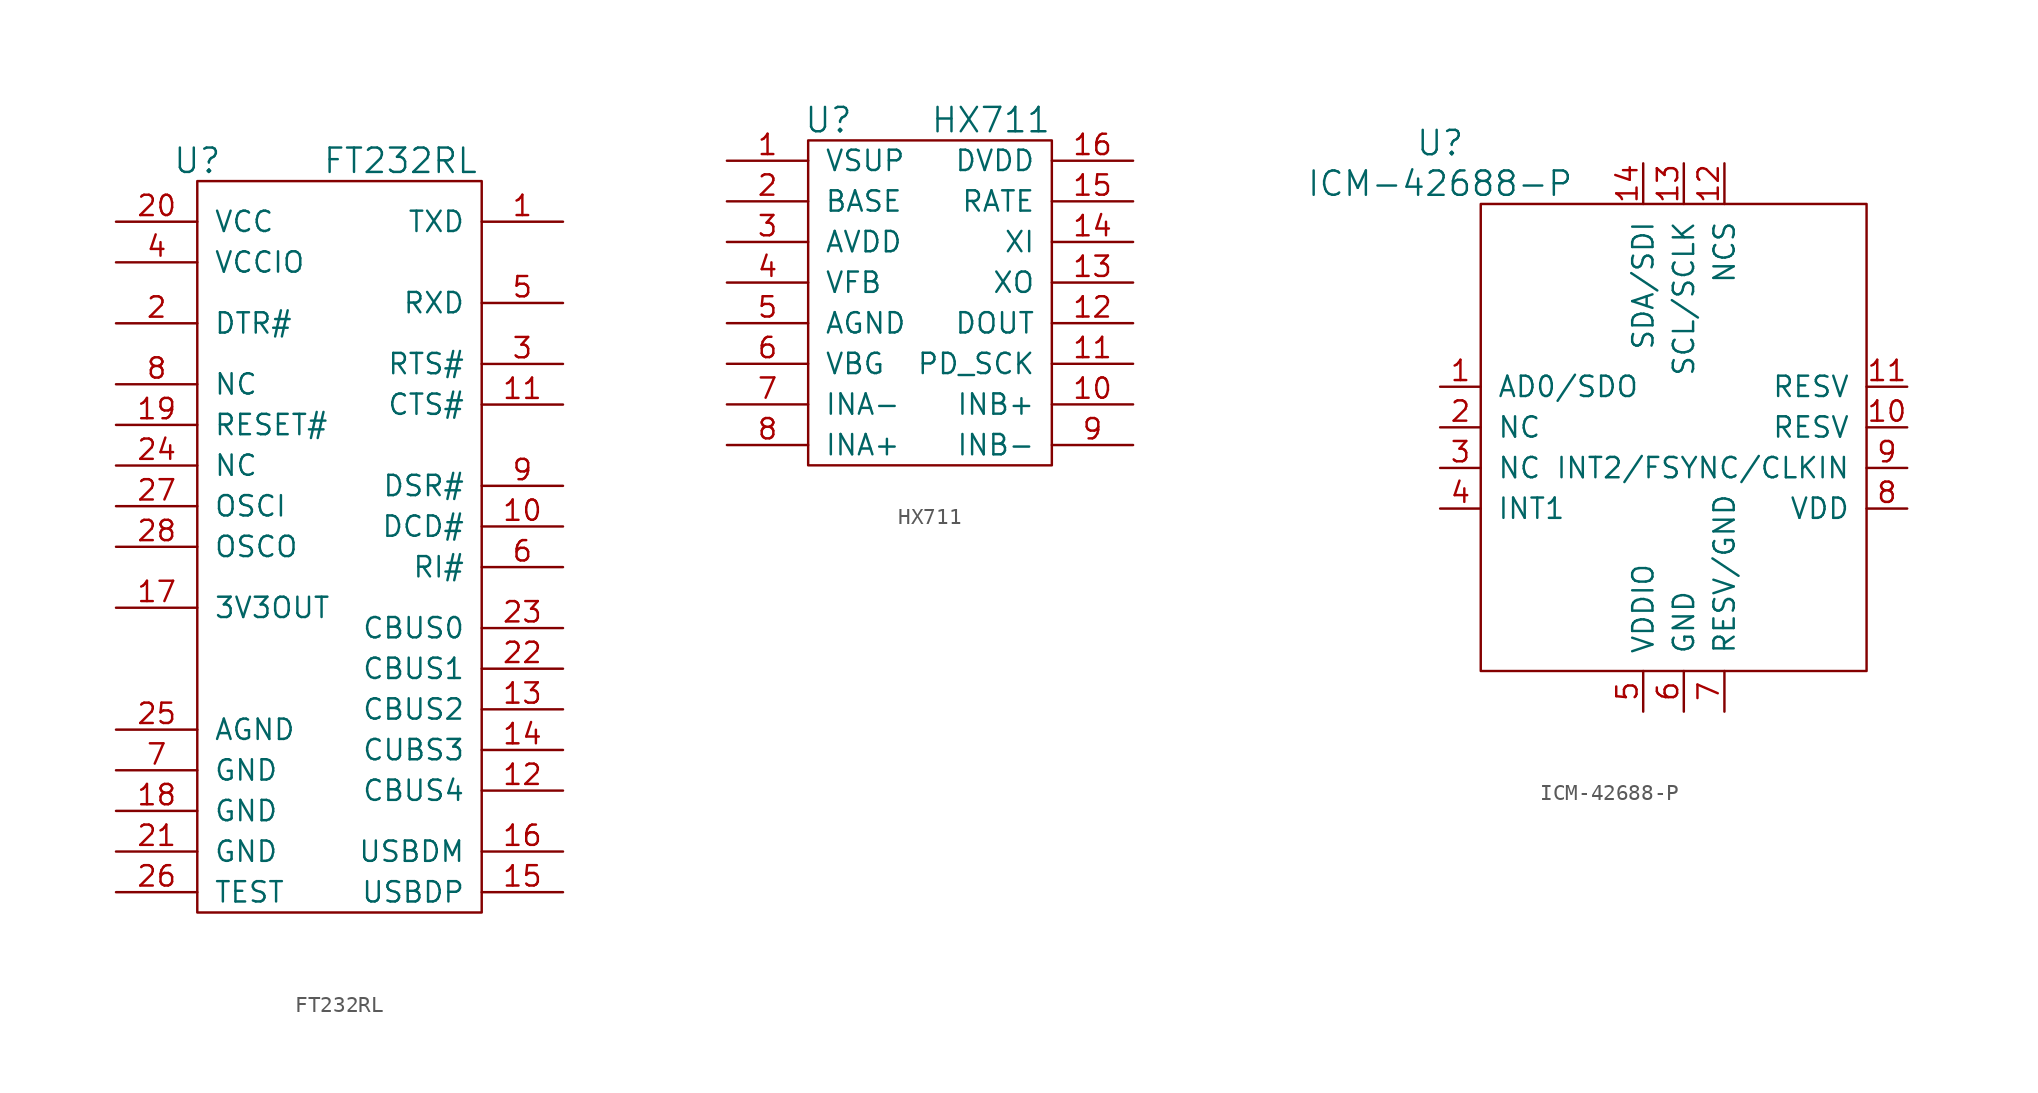
<source format=kicad_sym>
(kicad_symbol_lib
  (version 20220914)
  (generator kicad_symbol_editor)
  (symbol "FT232RL"
    (pin_names
      (offset 1.016))
    (property "Reference" "U"
      (at -8.89 24.13 0)
      (effects (font (size 1.524 1.524))))
    (property "Value" "FT232RL"
      (at 3.81 24.13 0)
      (effects (font (size 1.524 1.524))))
    (property "Footprint" ""
      (at 0 0 0)
      (effects (font (size 1.524 1.524))))
    (property "Datasheet" ""
      (at 0 0 0)
      (effects (font (size 1.524 1.524))))
    (symbol "FT232RL_0_1"
      (rectangle (start -8.89 22.86) (end 8.89 -22.86) (stroke (width 0) (type default)) (fill (type none))))
    (symbol "FT232RL_1_1"
      (pin bidirectional line (at 13.97 20.32 180) (length 5.08) (name "TXD" (effects (font (size 1.27 1.27)))) (number "1" (effects (font (size 1.27 1.27)))))
      (pin bidirectional line (at 13.97 1.27 180) (length 5.08) (name "DCD#" (effects (font (size 1.27 1.27)))) (number "10" (effects (font (size 1.27 1.27)))))
      (pin bidirectional line (at 13.97 8.89 180) (length 5.08) (name "CTS#" (effects (font (size 1.27 1.27)))) (number "11" (effects (font (size 1.27 1.27)))))
      (pin bidirectional line (at 13.97 -15.24 180) (length 5.08) (name "CBUS4" (effects (font (size 1.27 1.27)))) (number "12" (effects (font (size 1.27 1.27)))))
      (pin bidirectional line (at 13.97 -10.16 180) (length 5.08) (name "CBUS2" (effects (font (size 1.27 1.27)))) (number "13" (effects (font (size 1.27 1.27)))))
      (pin bidirectional line (at 13.97 -12.7 180) (length 5.08) (name "CUBS3" (effects (font (size 1.27 1.27)))) (number "14" (effects (font (size 1.27 1.27)))))
      (pin bidirectional line (at 13.97 -21.59 180) (length 5.08) (name "USBDP" (effects (font (size 1.27 1.27)))) (number "15" (effects (font (size 1.27 1.27)))))
      (pin bidirectional line (at 13.97 -19.05 180) (length 5.08) (name "USBDM" (effects (font (size 1.27 1.27)))) (number "16" (effects (font (size 1.27 1.27)))))
      (pin bidirectional line (at -13.97 -3.81 0) (length 5.08) (name "3V3OUT" (effects (font (size 1.27 1.27)))) (number "17" (effects (font (size 1.27 1.27)))))
      (pin bidirectional line (at -13.97 -16.51 0) (length 5.08) (name "GND" (effects (font (size 1.27 1.27)))) (number "18" (effects (font (size 1.27 1.27)))))
      (pin bidirectional line (at -13.97 7.62 0) (length 5.08) (name "RESET#" (effects (font (size 1.27 1.27)))) (number "19" (effects (font (size 1.27 1.27)))))
      (pin bidirectional line (at -13.97 13.97 0) (length 5.08) (name "DTR#" (effects (font (size 1.27 1.27)))) (number "2" (effects (font (size 1.27 1.27)))))
      (pin bidirectional line (at -13.97 20.32 0) (length 5.08) (name "VCC" (effects (font (size 1.27 1.27)))) (number "20" (effects (font (size 1.27 1.27)))))
      (pin bidirectional line (at -13.97 -19.05 0) (length 5.08) (name "GND" (effects (font (size 1.27 1.27)))) (number "21" (effects (font (size 1.27 1.27)))))
      (pin bidirectional line (at 13.97 -7.62 180) (length 5.08) (name "CBUS1" (effects (font (size 1.27 1.27)))) (number "22" (effects (font (size 1.27 1.27)))))
      (pin bidirectional line (at 13.97 -5.08 180) (length 5.08) (name "CBUS0" (effects (font (size 1.27 1.27)))) (number "23" (effects (font (size 1.27 1.27)))))
      (pin bidirectional line (at -13.97 5.08 0) (length 5.08) (name "NC" (effects (font (size 1.27 1.27)))) (number "24" (effects (font (size 1.27 1.27)))))
      (pin bidirectional line (at -13.97 -11.43 0) (length 5.08) (name "AGND" (effects (font (size 1.27 1.27)))) (number "25" (effects (font (size 1.27 1.27)))))
      (pin bidirectional line (at -13.97 -21.59 0) (length 5.08) (name "TEST" (effects (font (size 1.27 1.27)))) (number "26" (effects (font (size 1.27 1.27)))))
      (pin bidirectional line (at -13.97 2.54 0) (length 5.08) (name "OSCI" (effects (font (size 1.27 1.27)))) (number "27" (effects (font (size 1.27 1.27)))))
      (pin bidirectional line (at -13.97 0 0) (length 5.08) (name "OSCO" (effects (font (size 1.27 1.27)))) (number "28" (effects (font (size 1.27 1.27)))))
      (pin bidirectional line (at 13.97 11.43 180) (length 5.08) (name "RTS#" (effects (font (size 1.27 1.27)))) (number "3" (effects (font (size 1.27 1.27)))))
      (pin bidirectional line (at -13.97 17.78 0) (length 5.08) (name "VCCIO" (effects (font (size 1.27 1.27)))) (number "4" (effects (font (size 1.27 1.27)))))
      (pin bidirectional line (at 13.97 15.24 180) (length 5.08) (name "RXD" (effects (font (size 1.27 1.27)))) (number "5" (effects (font (size 1.27 1.27)))))
      (pin bidirectional line (at 13.97 -1.27 180) (length 5.08) (name "RI#" (effects (font (size 1.27 1.27)))) (number "6" (effects (font (size 1.27 1.27)))))
      (pin bidirectional line (at -13.97 -13.97 0) (length 5.08) (name "GND" (effects (font (size 1.27 1.27)))) (number "7" (effects (font (size 1.27 1.27)))))
      (pin bidirectional line (at -13.97 10.16 0) (length 5.08) (name "NC" (effects (font (size 1.27 1.27)))) (number "8" (effects (font (size 1.27 1.27)))))
      (pin bidirectional line (at 13.97 3.81 180) (length 5.08) (name "DSR#" (effects (font (size 1.27 1.27)))) (number "9" (effects (font (size 1.27 1.27)))))))
  (symbol "HX711"
    (pin_names
      (offset 1.016))
    (property "Reference" "U"
      (at -6.35 11.43 0)
      (effects (font (size 1.524 1.524))))
    (property "Value" "HX711"
      (at 3.81 11.43 0)
      (effects (font (size 1.524 1.524))))
    (symbol "HX711_0_1"
      (rectangle (start -7.62 10.16) (end 7.62 -10.16) (stroke (width 0) (type default)) (fill (type none))))
    (symbol "HX711_1_1"
      (pin bidirectional line (at -12.7 8.89 0) (length 5.08) (name "VSUP" (effects (font (size 1.27 1.27)))) (number "1" (effects (font (size 1.27 1.27)))))
      (pin bidirectional line (at 12.7 -6.35 180) (length 5.08) (name "INB+" (effects (font (size 1.27 1.27)))) (number "10" (effects (font (size 1.27 1.27)))))
      (pin bidirectional line (at 12.7 -3.81 180) (length 5.08) (name "PD_SCK" (effects (font (size 1.27 1.27)))) (number "11" (effects (font (size 1.27 1.27)))))
      (pin bidirectional line (at 12.7 -1.27 180) (length 5.08) (name "DOUT" (effects (font (size 1.27 1.27)))) (number "12" (effects (font (size 1.27 1.27)))))
      (pin bidirectional line (at 12.7 1.27 180) (length 5.08) (name "XO" (effects (font (size 1.27 1.27)))) (number "13" (effects (font (size 1.27 1.27)))))
      (pin bidirectional line (at 12.7 3.81 180) (length 5.08) (name "XI" (effects (font (size 1.27 1.27)))) (number "14" (effects (font (size 1.27 1.27)))))
      (pin bidirectional line (at 12.7 6.35 180) (length 5.08) (name "RATE" (effects (font (size 1.27 1.27)))) (number "15" (effects (font (size 1.27 1.27)))))
      (pin bidirectional line (at 12.7 8.89 180) (length 5.08) (name "DVDD" (effects (font (size 1.27 1.27)))) (number "16" (effects (font (size 1.27 1.27)))))
      (pin bidirectional line (at -12.7 6.35 0) (length 5.08) (name "BASE" (effects (font (size 1.27 1.27)))) (number "2" (effects (font (size 1.27 1.27)))))
      (pin bidirectional line (at -12.7 3.81 0) (length 5.08) (name "AVDD" (effects (font (size 1.27 1.27)))) (number "3" (effects (font (size 1.27 1.27)))))
      (pin bidirectional line (at -12.7 1.27 0) (length 5.08) (name "VFB" (effects (font (size 1.27 1.27)))) (number "4" (effects (font (size 1.27 1.27)))))
      (pin bidirectional line (at -12.7 -1.27 0) (length 5.08) (name "AGND" (effects (font (size 1.27 1.27)))) (number "5" (effects (font (size 1.27 1.27)))))
      (pin bidirectional line (at -12.7 -3.81 0) (length 5.08) (name "VBG" (effects (font (size 1.27 1.27)))) (number "6" (effects (font (size 1.27 1.27)))))
      (pin bidirectional line (at -12.7 -6.35 0) (length 5.08) (name "INA-" (effects (font (size 1.27 1.27)))) (number "7" (effects (font (size 1.27 1.27)))))
      (pin bidirectional line (at -12.7 -8.89 0) (length 5.08) (name "INA+" (effects (font (size 1.27 1.27)))) (number "8" (effects (font (size 1.27 1.27)))))
      (pin bidirectional line (at 12.7 -8.89 180) (length 5.08) (name "INB-" (effects (font (size 1.27 1.27)))) (number "9" (effects (font (size 1.27 1.27)))))))
  (symbol "ICM-42688-P"
    (pin_names
      (offset 1.016))
    (property "Reference" "U"
      (at -2.54 3.81 0)
      (effects (font (size 1.524 1.524))))
    (property "Value" "ICM-42688-P"
      (at -2.54 1.27 0)
      (effects (font (size 1.524 1.524))))
    (symbol "ICM-42688-P_0_1"
      (rectangle (start 0 0) (end 24.13 -29.21) (stroke (width 0) (type default)) (fill (type none))))
    (symbol "ICM-42688-P_1_1"
      (pin bidirectional line (at -2.54 -11.43 0) (length 2.54) (name "AD0/SDO" (effects (font (size 1.27 1.27)))) (number "1" (effects (font (size 1.27 1.27)))))
      (pin input line (at 26.67 -13.97 180) (length 2.54) (name "RESV" (effects (font (size 1.27 1.27)))) (number "10" (effects (font (size 1.27 1.27)))))
      (pin passive line (at 26.67 -11.43 180) (length 2.54) (name "RESV" (effects (font (size 1.27 1.27)))) (number "11" (effects (font (size 1.27 1.27)))))
      (pin input line (at 15.24 2.54 270) (length 2.54) (name "NCS" (effects (font (size 1.27 1.27)))) (number "12" (effects (font (size 1.27 1.27)))))
      (pin input line (at 12.7 2.54 270) (length 2.54) (name "SCL/SCLK" (effects (font (size 1.27 1.27)))) (number "13" (effects (font (size 1.27 1.27)))))
      (pin input line (at 10.16 2.54 270) (length 2.54) (name "SDA/SDI" (effects (font (size 1.27 1.27)))) (number "14" (effects (font (size 1.27 1.27)))))
      (pin passive line (at -2.54 -13.97 0) (length 2.54) (name "NC" (effects (font (size 1.27 1.27)))) (number "2" (effects (font (size 1.27 1.27)))))
      (pin passive line (at -2.54 -16.51 0) (length 2.54) (name "NC" (effects (font (size 1.27 1.27)))) (number "3" (effects (font (size 1.27 1.27)))))
      (pin output line (at -2.54 -19.05 0) (length 2.54) (name "INT1" (effects (font (size 1.27 1.27)))) (number "4" (effects (font (size 1.27 1.27)))))
      (pin power_in line (at 10.16 -31.75 90) (length 2.54) (name "VDDIO" (effects (font (size 1.27 1.27)))) (number "5" (effects (font (size 1.27 1.27)))))
      (pin power_in line (at 12.7 -31.75 90) (length 2.54) (name "GND" (effects (font (size 1.27 1.27)))) (number "6" (effects (font (size 1.27 1.27)))))
      (pin passive line (at 15.24 -31.75 90) (length 2.54) (name "RESV/GND" (effects (font (size 1.27 1.27)))) (number "7" (effects (font (size 1.27 1.27)))))
      (pin power_in line (at 26.67 -19.05 180) (length 2.54) (name "VDD" (effects (font (size 1.27 1.27)))) (number "8" (effects (font (size 1.27 1.27)))))
      (pin output line (at 26.67 -16.51 180) (length 2.54) (name "INT2/FSYNC/CLKIN" (effects (font (size 1.27 1.27)))) (number "9" (effects (font (size 1.27 1.27))))))))
</source>
